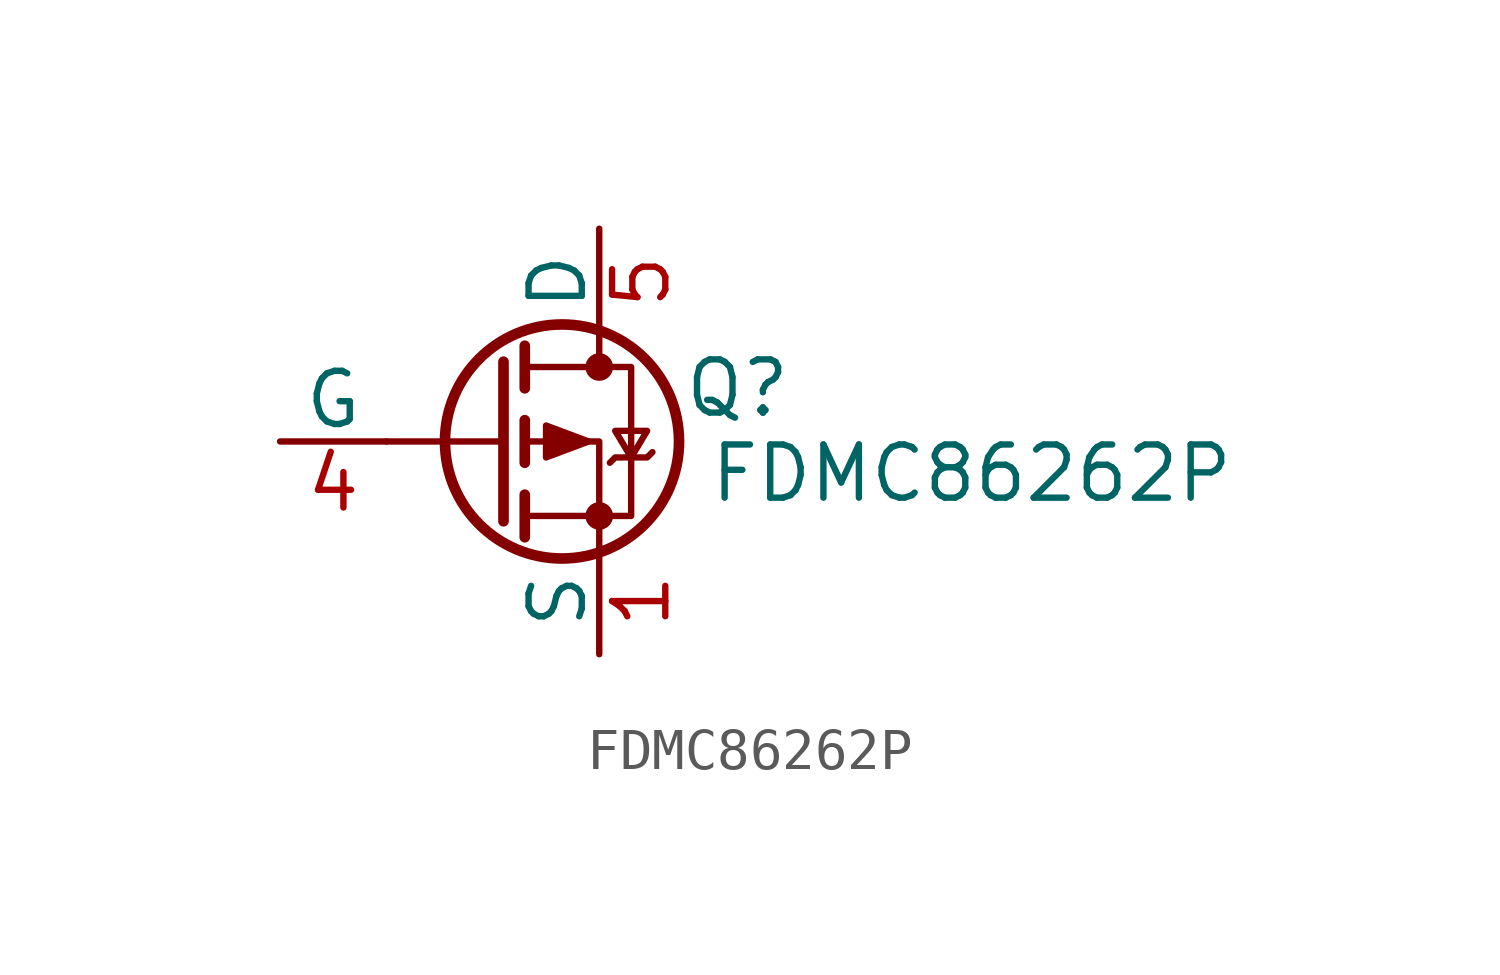
<source format=kicad_sym>
(kicad_symbol_lib
  (version 20231120)
  (generator "kicad_symbol_editor")
  (generator_version "8.0")
  (symbol "FDMC86262P"
    (pin_names
      (offset 0))
    (property "Reference" "Q"
      (at 5.842 1.27 0)
      (effects (font (size 1.27 1.27))))
    (property "Value" "FDMC86262P"
      (at 11.43 -0.762 0)
      (effects (font (size 1.27 1.27))))
    (symbol "FDMC86262P_0_1"
      (polyline (pts (xy 0.254 0) (xy -2.54 0)) (stroke (width 0) (type default)) (fill (type none)))
      (polyline (pts (xy 0.254 1.905) (xy 0.254 -1.905)) (stroke (width 0.254) (type default)) (fill (type none)))
      (polyline (pts (xy 0.762 -1.27) (xy 0.762 -2.286)) (stroke (width 0.254) (type default)) (fill (type none)))
      (polyline (pts (xy 0.762 0.508) (xy 0.762 -0.508)) (stroke (width 0.254) (type default)) (fill (type none)))
      (polyline (pts (xy 0.762 2.286) (xy 0.762 1.27)) (stroke (width 0.254) (type default)) (fill (type none)))
      (polyline (pts (xy 2.54 2.54) (xy 2.54 1.778)) (stroke (width 0) (type default)) (fill (type none)))
      (polyline (pts (xy 2.54 -2.54) (xy 2.54 0) (xy 0.762 0)) (stroke (width 0) (type default)) (fill (type none)))
      (polyline (pts (xy 0.762 1.778) (xy 3.302 1.778) (xy 3.302 -1.778) (xy 0.762 -1.778)) (stroke (width 0) (type default)) (fill (type none)))
      (polyline (pts (xy 2.286 0) (xy 1.27 0.381) (xy 1.27 -0.381) (xy 2.286 0)) (stroke (width 0) (type default)) (fill (type outline)))
      (polyline (pts (xy 2.794 -0.508) (xy 2.921 -0.381) (xy 3.683 -0.381) (xy 3.81 -0.254)) (stroke (width 0) (type default)) (fill (type none)))
      (polyline (pts (xy 3.302 -0.381) (xy 2.921 0.254) (xy 3.683 0.254) (xy 3.302 -0.381)) (stroke (width 0) (type default)) (fill (type none)))
      (circle (center 1.651 0) (radius 2.794) (stroke (width 0.254) (type default)) (fill (type none)))
      (circle (center 2.54 -1.778) (radius 0.254) (stroke (width 0) (type default)) (fill (type outline)))
      (circle (center 2.54 1.778) (radius 0.254) (stroke (width 0) (type default)) (fill (type outline))))
    (symbol "FDMC86262P_1_1"
      (pin passive line (at 2.54 -5.08 90) (length 2.54) (name "S" (effects (font (size 1.27 1.27)))) (number "1" (effects (font (size 1.27 1.27)))))
      (pin passive line (at 2.54 -5.08 90) (length 2.54) hide (name "S" (effects (font (size 1.27 1.27)))) (number "2" (effects (font (size 1.27 1.27)))))
      (pin passive line (at 2.54 -5.08 90) (length 2.54) hide (name "S" (effects (font (size 1.27 1.27)))) (number "3" (effects (font (size 1.27 1.27)))))
      (pin input line (at -5.08 0 0) (length 2.54) (name "G" (effects (font (size 1.27 1.27)))) (number "4" (effects (font (size 1.27 1.27)))))
      (pin passive line (at 2.54 5.08 270) (length 2.54) (name "D" (effects (font (size 1.27 1.27)))) (number "5" (effects (font (size 1.27 1.27))))))))
</source>
